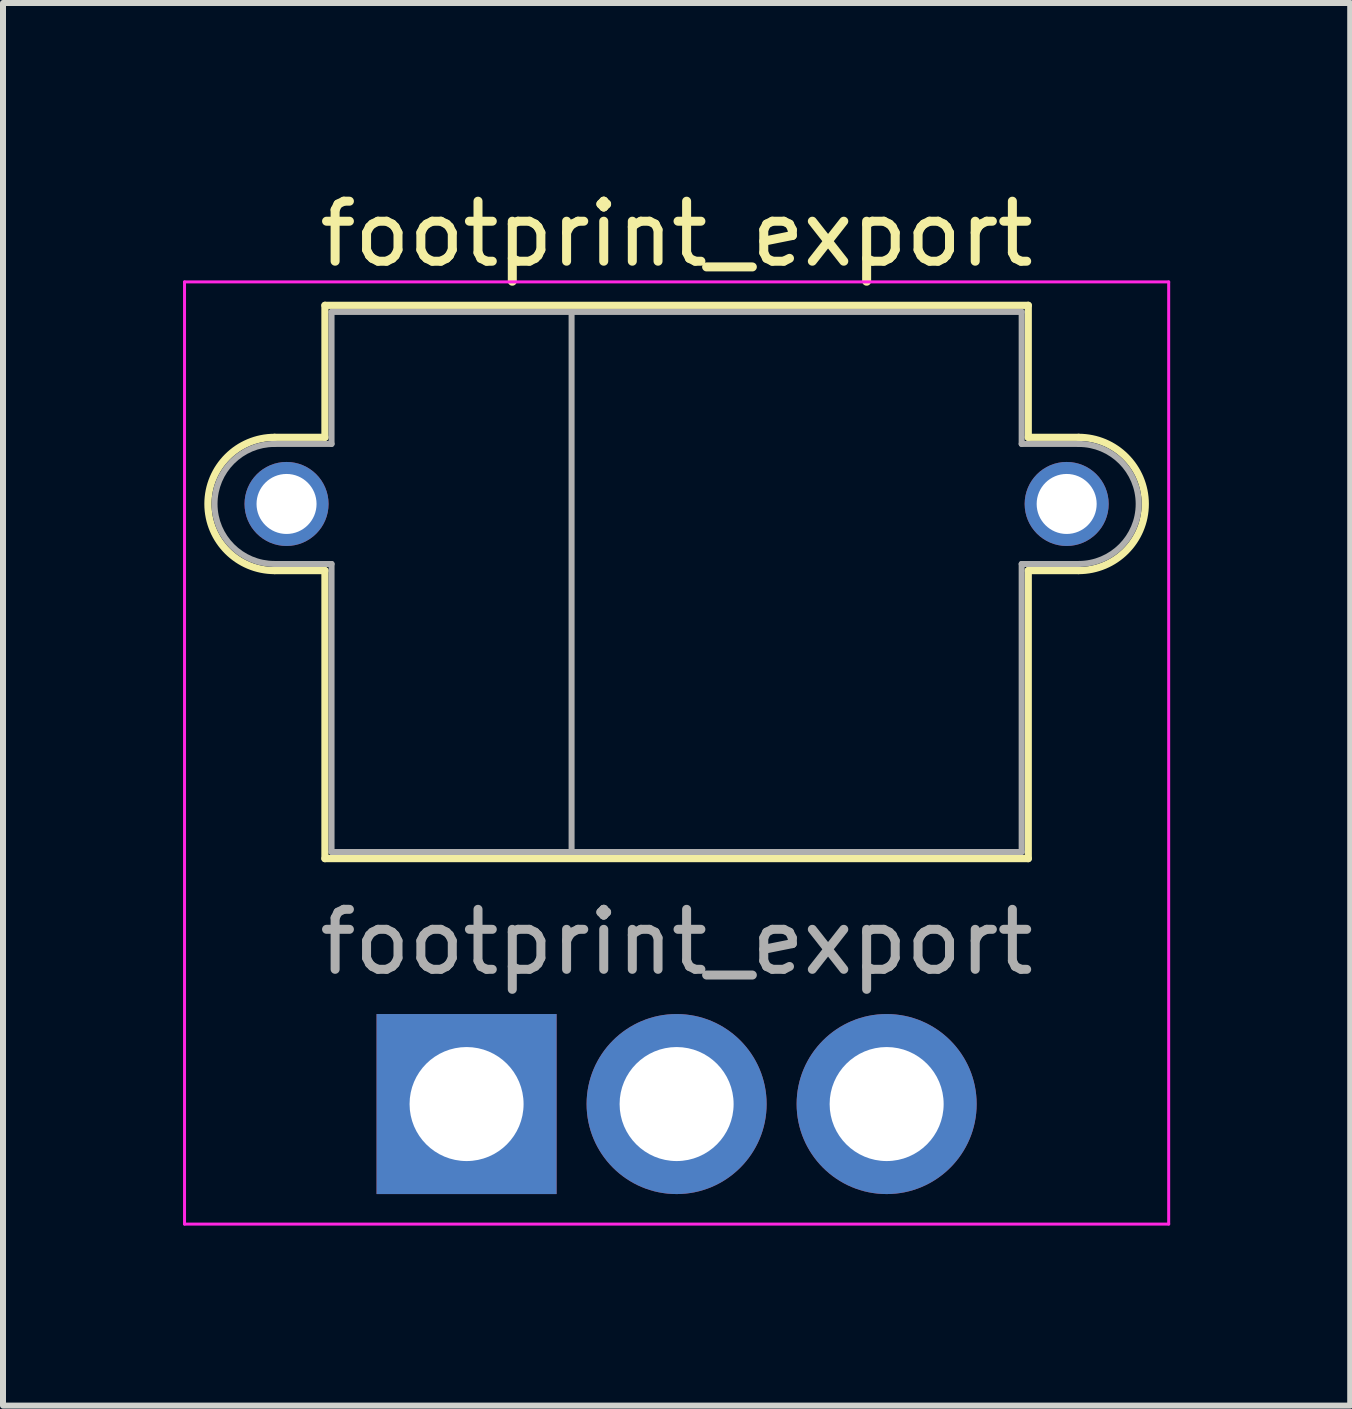
<source format=kicad_pcb>
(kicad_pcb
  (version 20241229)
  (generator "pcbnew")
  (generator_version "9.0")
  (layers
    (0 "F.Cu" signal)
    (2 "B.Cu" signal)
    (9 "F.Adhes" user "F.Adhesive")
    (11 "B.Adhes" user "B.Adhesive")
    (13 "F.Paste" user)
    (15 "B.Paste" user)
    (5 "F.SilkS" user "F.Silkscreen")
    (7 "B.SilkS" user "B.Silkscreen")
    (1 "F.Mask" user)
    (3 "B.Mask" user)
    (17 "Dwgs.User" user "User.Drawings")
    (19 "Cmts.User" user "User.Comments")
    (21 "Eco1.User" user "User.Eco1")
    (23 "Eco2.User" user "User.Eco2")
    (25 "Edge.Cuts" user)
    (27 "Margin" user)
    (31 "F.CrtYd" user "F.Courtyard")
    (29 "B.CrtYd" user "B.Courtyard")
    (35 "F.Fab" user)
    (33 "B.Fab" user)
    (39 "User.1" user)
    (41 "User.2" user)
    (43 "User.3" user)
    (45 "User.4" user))
  (footprint "footprint_export"
    (layer "F.Cu")
    (at 4.725 15.348)
    (property "Reference" "footprint_export" (at 3.5 -14.5 0) (layer "F.SilkS") (effects (font (size 1 1) (thickness 0.15))))
    (attr through_hole)
    (fp_line (start -3.2 -11.11) (end -2.36 -11.11) (stroke (width 0.12) (type solid)) (layer "F.SilkS"))
    (fp_line (start -3.2 -8.89) (end -2.36 -8.89) (stroke (width 0.12) (type solid)) (layer "F.SilkS"))
    (fp_line (start -2.36 -13.31) (end -2.36 -11.11) (stroke (width 0.12) (type solid)) (layer "F.SilkS"))
    (fp_line (start -2.36 -13.31) (end 9.36 -13.31) (stroke (width 0.12) (type solid)) (layer "F.SilkS"))
    (fp_line (start -2.36 -8.89) (end -2.36 -4.09) (stroke (width 0.12) (type solid)) (layer "F.SilkS"))
    (fp_line (start -2.36 -4.09) (end 9.36 -4.09) (stroke (width 0.12) (type solid)) (layer "F.SilkS"))
    (fp_line (start 9.36 -13.31) (end 9.36 -11.11) (stroke (width 0.12) (type solid)) (layer "F.SilkS"))
    (fp_line (start 9.36 -11.11) (end 10.2 -11.11) (stroke (width 0.12) (type solid)) (layer "F.SilkS"))
    (fp_line (start 9.36 -8.89) (end 9.36 -4.09) (stroke (width 0.12) (type solid)) (layer "F.SilkS"))
    (fp_line (start 9.36 -8.89) (end 10.2 -8.89) (stroke (width 0.12) (type solid)) (layer "F.SilkS"))
    (fp_arc (start -3.2 -8.89) (mid -4.31 -10) (end -3.2 -11.11) (stroke (width 0.12) (type solid)) (layer "F.SilkS"))
    (fp_arc (start 10.2 -11.11) (mid 11.31 -10) (end 10.2 -8.89) (stroke (width 0.12) (type solid)) (layer "F.SilkS"))
    (fp_line (start -4.7 -13.7) (end -4.7 2) (stroke (width 0.05) (type solid)) (layer "F.CrtYd"))
    (fp_line (start -4.7 -13.7) (end 11.7 -13.7) (stroke (width 0.05) (type solid)) (layer "F.CrtYd"))
    (fp_line (start -4.7 2) (end 11.7 2) (stroke (width 0.05) (type solid)) (layer "F.CrtYd"))
    (fp_line (start 11.7 -13.7) (end 11.7 2) (stroke (width 0.05) (type solid)) (layer "F.CrtYd"))
    (fp_line (start -3.2 -11) (end -2.25 -11) (stroke (width 0.1) (type solid)) (layer "F.Fab"))
    (fp_line (start -3.2 -9) (end -2.25 -9) (stroke (width 0.1) (type solid)) (layer "F.Fab"))
    (fp_line (start -2.25 -13.2) (end -2.25 -11) (stroke (width 0.1) (type solid)) (layer "F.Fab"))
    (fp_line (start -2.25 -13.2) (end 9.25 -13.2) (stroke (width 0.1) (type solid)) (layer "F.Fab"))
    (fp_line (start -2.25 -9) (end -2.25 -4.2) (stroke (width 0.1) (type solid)) (layer "F.Fab"))
    (fp_line (start -2.25 -4.2) (end 9.25 -4.2) (stroke (width 0.1) (type solid)) (layer "F.Fab"))
    (fp_line (start 1.75 -13.2) (end 1.75 -4.2) (stroke (width 0.1) (type solid)) (layer "F.Fab"))
    (fp_line (start 9.25 -13.2) (end 9.25 -11) (stroke (width 0.1) (type solid)) (layer "F.Fab"))
    (fp_line (start 9.25 -11) (end 10.2 -11) (stroke (width 0.1) (type solid)) (layer "F.Fab"))
    (fp_line (start 9.25 -9) (end 9.25 -4.2) (stroke (width 0.1) (type solid)) (layer "F.Fab"))
    (fp_line (start 9.25 -9) (end 10.2 -9) (stroke (width 0.1) (type solid)) (layer "F.Fab"))
    (fp_arc (start -3.2 -9) (mid -4.2 -10) (end -3.2 -11) (stroke (width 0.1) (type solid)) (layer "F.Fab"))
    (fp_arc (start 10.2 -11) (mid 11.2 -10) (end 10.2 -9) (stroke (width 0.1) (type solid)) (layer "F.Fab"))
    (fp_text user "${REFERENCE}" (at 3.5 -2.7 0) (layer "F.Fab") (effects (font (size 1 1) (thickness 0.15))))
    (pad "" thru_hole circle (at -3 -10) (size 1.4 1.4) (drill 1) (layers "*.Cu" "*.Mask"))
    (pad "" thru_hole circle (at 10 -10) (size 1.4 1.4) (drill 1) (layers "*.Cu" "*.Mask"))
    (pad "1" thru_hole rect (at 0 0) (size 3 3) (drill 1.9) (layers "*.Cu" "*.Mask"))
    (pad "2" thru_hole circle (at 3.5 0) (size 3 3) (drill 1.9) (layers "*.Cu" "*.Mask"))
    (pad "3" thru_hole circle (at 7 0) (size 3 3) (drill 1.9) (layers "*.Cu" "*.Mask")))
  (gr_rect
    (start -3 -3)
    (end 19.45 20.373)
    (stroke (width 0.1) (type default))
    (fill no)
    (layer "Edge.Cuts")))
</source>
